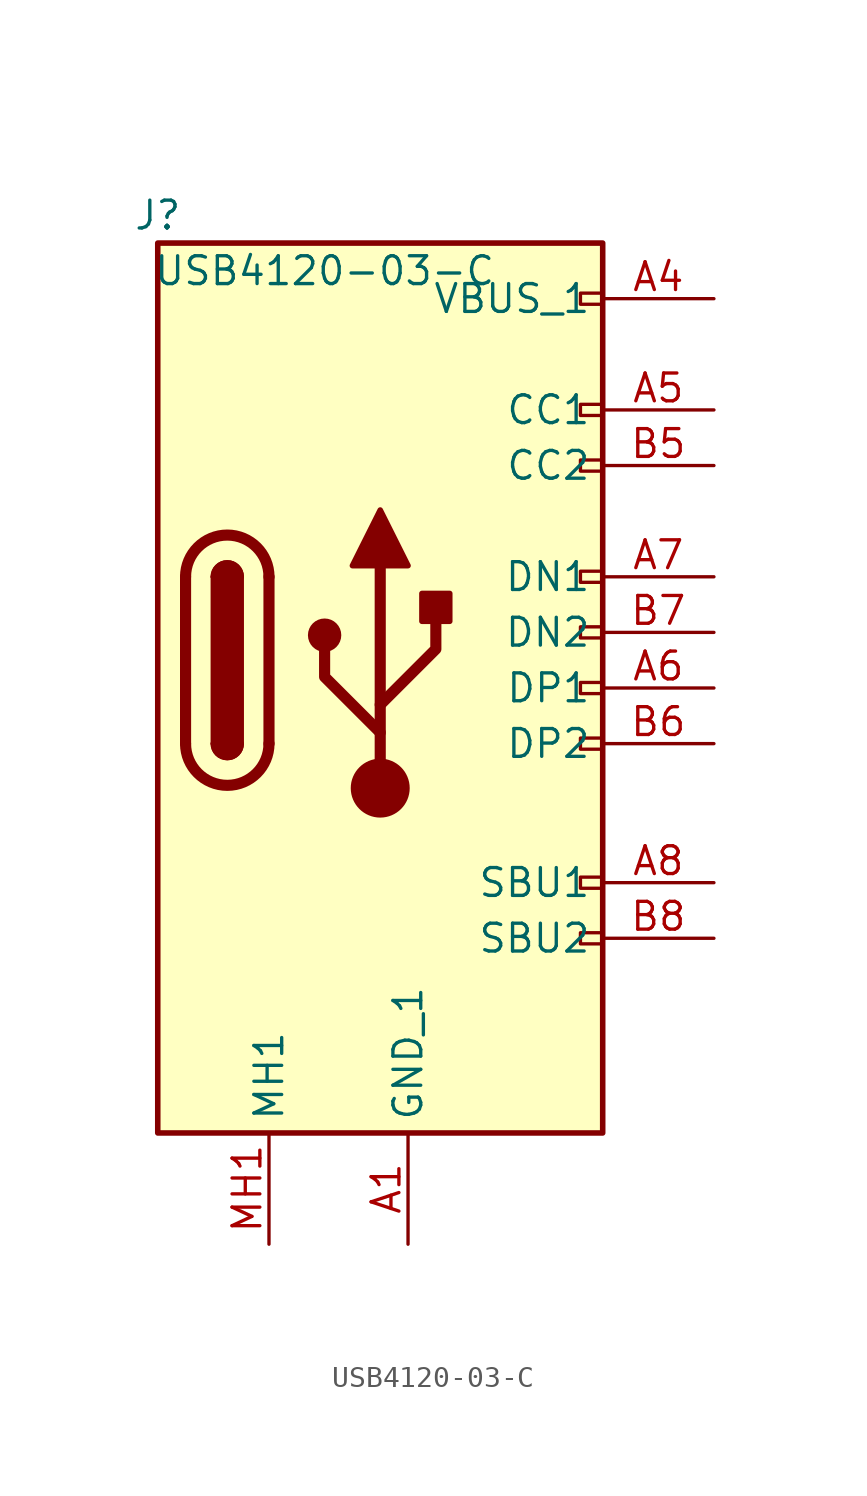
<source format=kicad_sym>
(kicad_symbol_lib
  (version 20211014)
  (generator kicad_symbol_editor)
  (symbol "USB4120-03-C"
    (property "Reference" "J"
      (at 0 1.27 0)
      (effects (font (size 1.27 1.27))))
    (property "Value" "USB4120-03-C"
      (at 7.62 -1.27 0)
      (effects (font (size 1.27 1.27))))
    (symbol "USB4120-03-C_0_0"
      (rectangle (start 20.32 -31.496) (end 19.304 -32.004) (stroke (width 0) (type default) (color 0 0 0 0)) (fill (type none)))
      (rectangle (start 20.32 -28.956) (end 19.304 -29.464) (stroke (width 0) (type default) (color 0 0 0 0)) (fill (type none)))
      (rectangle (start 20.32 -22.606) (end 19.304 -23.114) (stroke (width 0) (type default) (color 0 0 0 0)) (fill (type none)))
      (rectangle (start 20.32 -20.066) (end 19.304 -20.574) (stroke (width 0) (type default) (color 0 0 0 0)) (fill (type none)))
      (rectangle (start 20.32 -17.526) (end 19.304 -18.034) (stroke (width 0) (type default) (color 0 0 0 0)) (fill (type none)))
      (rectangle (start 20.32 -14.986) (end 19.304 -15.494) (stroke (width 0) (type default) (color 0 0 0 0)) (fill (type none)))
      (rectangle (start 20.32 -9.906) (end 19.304 -10.414) (stroke (width 0) (type default) (color 0 0 0 0)) (fill (type none)))
      (rectangle (start 20.32 -7.366) (end 19.304 -7.874) (stroke (width 0) (type default) (color 0 0 0 0)) (fill (type none)))
      (rectangle (start 20.32 -2.286) (end 19.304 -2.794) (stroke (width 0) (type default) (color 0 0 0 0)) (fill (type none))))
    (symbol "USB4120-03-C_0_1"
      (polyline (pts (xy 1.27 -22.86) (xy 1.27 -15.24)) (stroke (width 0.508) (type default) (color 0 0 0 0)) (fill (type none)))
      (polyline (pts (xy 5.08 -15.24) (xy 5.08 -22.86)) (stroke (width 0.508) (type default) (color 0 0 0 0)) (fill (type none)))
      (rectangle (start 0 0) (end 20.32 -40.64) (stroke (width 0.254) (type default) (color 0 0 0 0)) (fill (type background)))
      (arc (start 1.27 -22.86) (mid 3.175 -24.765) (end 5.08 -22.86) (stroke (width 0.508) (type default) (color 0 0 0 0)) (fill (type none)))
      (arc (start 2.54 -22.86) (mid 3.175 -23.495) (end 3.81 -22.86) (stroke (width 0.254) (type default) (color 0 0 0 0)) (fill (type none)))
      (arc (start 2.54 -22.86) (mid 3.175 -23.495) (end 3.81 -22.86) (stroke (width 0.254) (type default) (color 0 0 0 0)) (fill (type outline)))
      (rectangle (start 2.54 -22.86) (end 3.81 -15.24) (stroke (width 0.254) (type default) (color 0 0 0 0)) (fill (type outline)))
      (arc (start 3.81 -15.24) (mid 3.175 -14.605) (end 2.54 -15.24) (stroke (width 0.254) (type default) (color 0 0 0 0)) (fill (type none)))
      (arc (start 3.81 -15.24) (mid 3.175 -14.605) (end 2.54 -15.24) (stroke (width 0.254) (type default) (color 0 0 0 0)) (fill (type outline)))
      (arc (start 5.08 -15.24) (mid 3.175 -13.335) (end 1.27 -15.24) (stroke (width 0.508) (type default) (color 0 0 0 0)) (fill (type none))))
    (symbol "USB4120-03-C_1_1"
      (polyline (pts (xy 10.16 -24.892) (xy 10.16 -14.732)) (stroke (width 0.508) (type default) (color 0 0 0 0)) (fill (type none)))
      (polyline (pts (xy 10.16 -22.352) (xy 7.62 -19.812) (xy 7.62 -18.542)) (stroke (width 0.508) (type default) (color 0 0 0 0)) (fill (type none)))
      (polyline (pts (xy 10.16 -21.082) (xy 12.7 -18.542) (xy 12.7 -17.272)) (stroke (width 0.508) (type default) (color 0 0 0 0)) (fill (type none)))
      (polyline (pts (xy 8.89 -14.732) (xy 10.16 -12.192) (xy 11.43 -14.732) (xy 8.89 -14.732)) (stroke (width 0.254) (type default) (color 0 0 0 0)) (fill (type outline)))
      (circle (center 7.62 -17.907) (radius 0.635) (stroke (width 0.254) (type default) (color 0 0 0 0)) (fill (type outline)))
      (circle (center 10.16 -24.892) (radius 1.27) (stroke (width 0) (type default) (color 0 0 0 0)) (fill (type outline)))
      (rectangle (start 12.065 -17.272) (end 13.335 -16.002) (stroke (width 0.254) (type default) (color 0 0 0 0)) (fill (type outline)))
      (pin passive line (at 11.43 -45.72 90) (length 5.08) (name "GND_1" (effects (font (size 1.27 1.27)))) (number "A1" (effects (font (size 1.27 1.27)))))
      (pin passive line (at 11.43 -45.72 90) (length 5.08) hide (name "GND_2" (effects (font (size 1.27 1.27)))) (number "A12" (effects (font (size 1.27 1.27)))))
      (pin passive line (at 25.4 -2.54 180) (length 5.08) (name "VBUS_1" (effects (font (size 1.27 1.27)))) (number "A4" (effects (font (size 1.27 1.27)))))
      (pin passive line (at 25.4 -7.62 180) (length 5.08) (name "CC1" (effects (font (size 1.27 1.27)))) (number "A5" (effects (font (size 1.27 1.27)))))
      (pin passive line (at 25.4 -20.32 180) (length 5.08) (name "DP1" (effects (font (size 1.27 1.27)))) (number "A6" (effects (font (size 1.27 1.27)))))
      (pin passive line (at 25.4 -15.24 180) (length 5.08) (name "DN1" (effects (font (size 1.27 1.27)))) (number "A7" (effects (font (size 1.27 1.27)))))
      (pin passive line (at 25.4 -29.21 180) (length 5.08) (name "SBU1" (effects (font (size 1.27 1.27)))) (number "A8" (effects (font (size 1.27 1.27)))))
      (pin passive line (at 25.4 -2.54 180) (length 5.08) hide (name "VBUS_2" (effects (font (size 1.27 1.27)))) (number "A9" (effects (font (size 1.27 1.27)))))
      (pin passive line (at 11.43 -45.72 90) (length 5.08) hide (name "GND_3" (effects (font (size 1.27 1.27)))) (number "B1" (effects (font (size 1.27 1.27)))))
      (pin passive line (at 11.43 -45.72 90) (length 5.08) hide (name "GND_4" (effects (font (size 1.27 1.27)))) (number "B12" (effects (font (size 1.27 1.27)))))
      (pin passive line (at 25.4 -2.54 180) (length 5.08) hide (name "VBUS_3" (effects (font (size 1.27 1.27)))) (number "B4" (effects (font (size 1.27 1.27)))))
      (pin passive line (at 25.4 -10.16 180) (length 5.08) (name "CC2" (effects (font (size 1.27 1.27)))) (number "B5" (effects (font (size 1.27 1.27)))))
      (pin passive line (at 25.4 -22.86 180) (length 5.08) (name "DP2" (effects (font (size 1.27 1.27)))) (number "B6" (effects (font (size 1.27 1.27)))))
      (pin passive line (at 25.4 -17.78 180) (length 5.08) (name "DN2" (effects (font (size 1.27 1.27)))) (number "B7" (effects (font (size 1.27 1.27)))))
      (pin passive line (at 25.4 -31.75 180) (length 5.08) (name "SBU2" (effects (font (size 1.27 1.27)))) (number "B8" (effects (font (size 1.27 1.27)))))
      (pin passive line (at 25.4 -2.54 180) (length 5.08) hide (name "VBUS_4" (effects (font (size 1.27 1.27)))) (number "B9" (effects (font (size 1.27 1.27)))))
      (pin passive line (at 5.08 -45.72 90) (length 5.08) (name "MH1" (effects (font (size 1.27 1.27)))) (number "MH1" (effects (font (size 1.27 1.27)))))
      (pin passive line (at 5.08 -45.72 90) (length 5.08) hide (name "MH2" (effects (font (size 1.27 1.27)))) (number "MH2" (effects (font (size 1.27 1.27)))))
      (pin passive line (at 5.08 -45.72 90) (length 5.08) hide (name "MH3" (effects (font (size 1.27 1.27)))) (number "MH3" (effects (font (size 1.27 1.27)))))
      (pin passive line (at 5.08 -45.72 90) (length 5.08) hide (name "MH4" (effects (font (size 1.27 1.27)))) (number "MH4" (effects (font (size 1.27 1.27))))))))
</source>
